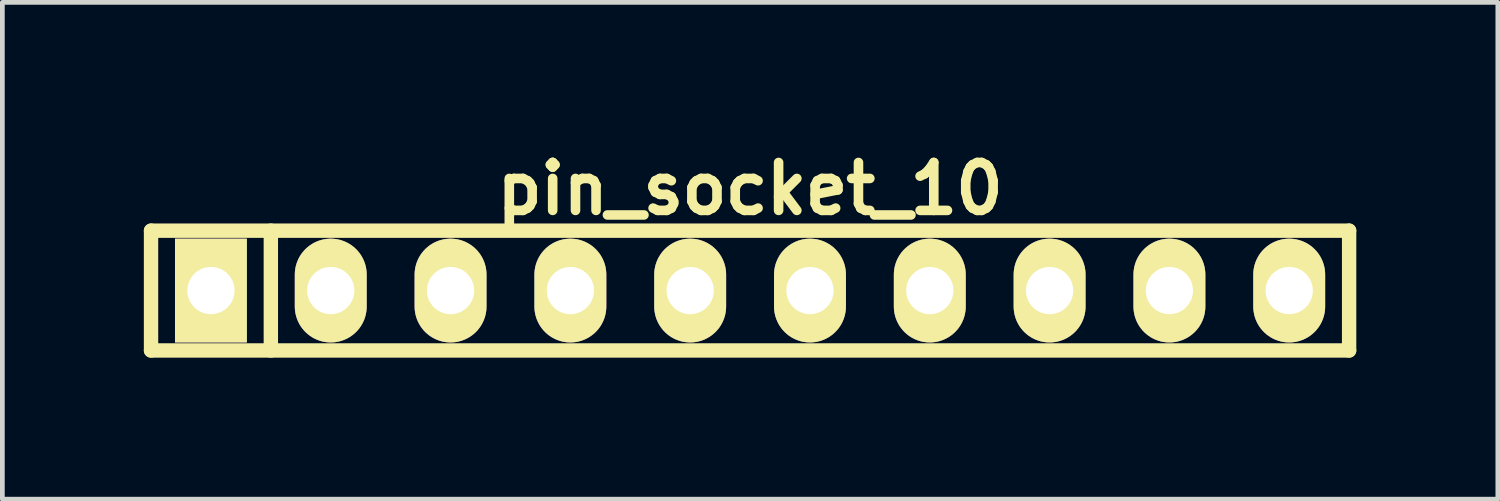
<source format=kicad_pcb>
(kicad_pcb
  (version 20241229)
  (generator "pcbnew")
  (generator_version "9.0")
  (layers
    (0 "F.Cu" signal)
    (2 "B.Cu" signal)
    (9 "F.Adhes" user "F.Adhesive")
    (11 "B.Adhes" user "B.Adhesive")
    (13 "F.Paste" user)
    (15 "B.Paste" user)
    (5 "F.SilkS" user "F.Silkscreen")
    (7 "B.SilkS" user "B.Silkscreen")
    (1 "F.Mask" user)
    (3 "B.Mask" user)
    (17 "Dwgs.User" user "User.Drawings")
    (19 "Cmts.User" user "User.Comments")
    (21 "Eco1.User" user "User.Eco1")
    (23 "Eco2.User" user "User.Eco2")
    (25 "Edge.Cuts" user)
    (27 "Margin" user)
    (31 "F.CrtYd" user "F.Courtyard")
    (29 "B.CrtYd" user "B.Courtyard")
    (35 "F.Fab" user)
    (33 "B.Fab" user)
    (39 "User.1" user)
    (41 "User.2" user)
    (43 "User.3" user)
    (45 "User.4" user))
  (footprint "pin_socket_10"
    (layer "F.Cu")
    (at 12.852 3.11)
    (property "Reference" "pin_socket_10" (at 0 -2.159 0) (layer "F.SilkS") (effects (font (size 1.016 1.016) (thickness 0.203))))
    (attr through_hole)
    (fp_line (start -12.7 -1.27) (end 12.7 -1.27) (stroke (width 0.305) (type solid)) (layer "F.SilkS"))
    (fp_line (start -12.7 1.27) (end -12.7 -1.27) (stroke (width 0.305) (type solid)) (layer "F.SilkS"))
    (fp_line (start -10.16 -1.27) (end -10.16 1.27) (stroke (width 0.305) (type solid)) (layer "F.SilkS"))
    (fp_line (start 12.7 -1.27) (end 12.7 1.27) (stroke (width 0.305) (type solid)) (layer "F.SilkS"))
    (fp_line (start 12.7 1.27) (end -12.7 1.27) (stroke (width 0.305) (type solid)) (layer "F.SilkS"))
    (pad "1" thru_hole rect (at -11.43 0) (size 1.524 2.2) (drill 1.001) (layers "*.Cu" "*.Mask" "F.SilkS"))
    (pad "2" thru_hole oval (at -8.89 0) (size 1.524 2.2) (drill 1.001) (layers "*.Cu" "*.Mask" "F.SilkS"))
    (pad "3" thru_hole oval (at -6.35 0) (size 1.524 2.2) (drill 1.001) (layers "*.Cu" "*.Mask" "F.SilkS"))
    (pad "4" thru_hole oval (at -3.81 0) (size 1.524 2.2) (drill 1.001) (layers "*.Cu" "*.Mask" "F.SilkS"))
    (pad "5" thru_hole oval (at -1.27 0) (size 1.524 2.2) (drill 1.001) (layers "*.Cu" "*.Mask" "F.SilkS"))
    (pad "6" thru_hole oval (at 1.27 0) (size 1.524 2.2) (drill 1.001) (layers "*.Cu" "*.Mask" "F.SilkS"))
    (pad "7" thru_hole oval (at 3.81 0) (size 1.524 2.2) (drill 1.001) (layers "*.Cu" "*.Mask" "F.SilkS"))
    (pad "8" thru_hole oval (at 6.35 0) (size 1.524 2.2) (drill 1.001) (layers "*.Cu" "*.Mask" "F.SilkS"))
    (pad "9" thru_hole oval (at 8.89 0) (size 1.524 2.2) (drill 1.001) (layers "*.Cu" "*.Mask" "F.SilkS"))
    (pad "10" thru_hole oval (at 11.43 0) (size 1.524 2.2) (drill 1.001) (layers "*.Cu" "*.Mask" "F.SilkS")))
  (gr_rect
    (start -3 -3)
    (end 28.705 7.532)
    (stroke (width 0.1) (type default))
    (fill no)
    (layer "Edge.Cuts")))
</source>
